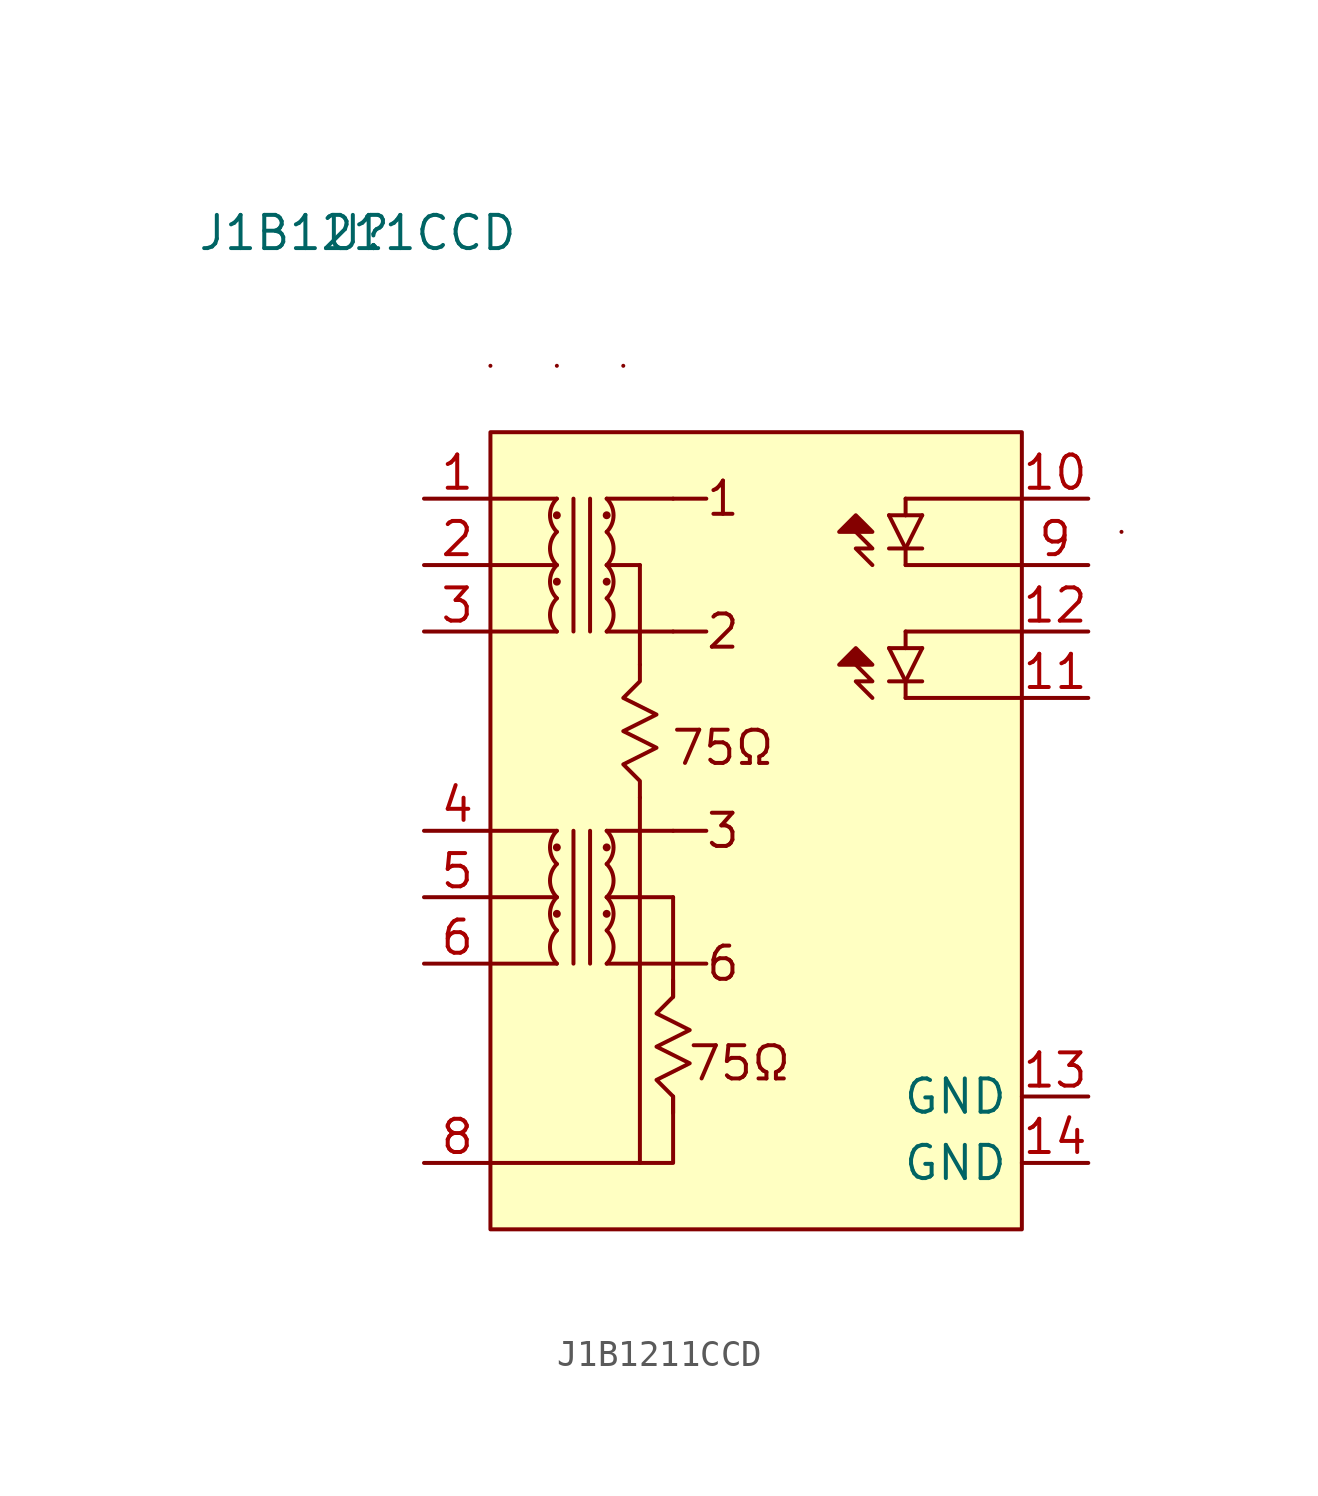
<source format=kicad_sym>
(kicad_symbol_lib
  (version 20211014)
  (generator kicad_symbol_editor)
  (symbol "J1B1211CCD"
    (property "Reference" "U"
      (at -2.54 10.16 0)
      (effects (font (size 1.27 1.27))))
    (property "Value" "J1B1211CCD"
      (at -2.54 10.16 0)
      (effects (font (size 1.27 1.27))))
    (symbol "J1B1211CCD_0_0"
      (polyline (pts (xy 2.54 5.08) (xy 2.54 5.08)) (stroke (width 0) (type default) (color 0 0 0 0)) (fill (type none)))
      (polyline (pts (xy 5.08 5.08) (xy 5.08 5.08)) (stroke (width 0) (type default) (color 0 0 0 0)) (fill (type none)))
      (polyline (pts (xy 7.62 5.08) (xy 7.62 5.08)) (stroke (width 0) (type default) (color 0 0 0 0)) (fill (type none)))
      (polyline (pts (xy 8.255 -11.43) (xy 8.255 -25.4)) (stroke (width 0) (type default) (color 0 0 0 0)) (fill (type none)))
      (polyline (pts (xy 8.255 -2.54) (xy 8.255 -6.35)) (stroke (width 0) (type default) (color 0 0 0 0)) (fill (type none)))
      (polyline (pts (xy 9.525 -19.05) (xy 9.525 -15.24)) (stroke (width 0) (type default) (color 0 0 0 0)) (fill (type none)))
      (polyline (pts (xy 18.415 -6.985) (xy 17.78 -5.715)) (stroke (width 0) (type default) (color 0 0 0 0)) (fill (type outline)))
      (polyline (pts (xy 18.415 -6.985) (xy 18.415 -7.62)) (stroke (width 0) (type default) (color 0 0 0 0)) (fill (type none)))
      (polyline (pts (xy 18.415 -5.715) (xy 17.78 -5.715)) (stroke (width 0) (type default) (color 0 0 0 0)) (fill (type none)))
      (polyline (pts (xy 18.415 -5.715) (xy 19.05 -5.715)) (stroke (width 0) (type default) (color 0 0 0 0)) (fill (type none)))
      (polyline (pts (xy 18.415 -5.08) (xy 18.415 -5.715)) (stroke (width 0) (type default) (color 0 0 0 0)) (fill (type none)))
      (polyline (pts (xy 18.415 -1.905) (xy 17.78 -0.635)) (stroke (width 0) (type default) (color 0 0 0 0)) (fill (type outline)))
      (polyline (pts (xy 18.415 -1.905) (xy 18.415 -2.54)) (stroke (width 0) (type default) (color 0 0 0 0)) (fill (type none)))
      (polyline (pts (xy 18.415 -0.635) (xy 17.78 -0.635)) (stroke (width 0) (type default) (color 0 0 0 0)) (fill (type none)))
      (polyline (pts (xy 18.415 -0.635) (xy 19.05 -0.635)) (stroke (width 0) (type default) (color 0 0 0 0)) (fill (type none)))
      (polyline (pts (xy 18.415 0) (xy 18.415 -0.635)) (stroke (width 0) (type default) (color 0 0 0 0)) (fill (type none)))
      (polyline (pts (xy 19.05 -6.985) (xy 17.78 -6.985)) (stroke (width 0) (type default) (color 0 0 0 0)) (fill (type none)))
      (polyline (pts (xy 19.05 -5.715) (xy 18.415 -6.985)) (stroke (width 0) (type default) (color 0 0 0 0)) (fill (type none)))
      (polyline (pts (xy 19.05 -1.905) (xy 17.78 -1.905)) (stroke (width 0) (type default) (color 0 0 0 0)) (fill (type none)))
      (polyline (pts (xy 19.05 -0.635) (xy 18.415 -1.905)) (stroke (width 0) (type default) (color 0 0 0 0)) (fill (type none)))
      (polyline (pts (xy 22.86 -7.62) (xy 18.415 -7.62)) (stroke (width 0) (type default) (color 0 0 0 0)) (fill (type none)))
      (polyline (pts (xy 22.86 -5.08) (xy 18.415 -5.08)) (stroke (width 0) (type default) (color 0 0 0 0)) (fill (type none)))
      (polyline (pts (xy 22.86 -2.54) (xy 18.415 -2.54)) (stroke (width 0) (type default) (color 0 0 0 0)) (fill (type none)))
      (polyline (pts (xy 22.86 0) (xy 18.415 0)) (stroke (width 0) (type default) (color 0 0 0 0)) (fill (type none)))
      (polyline (pts (xy 26.67 -1.27) (xy 26.67 -1.27)) (stroke (width 0) (type default) (color 0 0 0 0)) (fill (type none)))
      (polyline (pts (xy 2.54 -25.4) (xy 9.525 -25.4) (xy 9.525 -22.86)) (stroke (width 0) (type default) (color 0 0 0 0)) (fill (type none)))
      (polyline (pts (xy 17.145 -7.62) (xy 16.51 -6.985) (xy 17.145 -6.985) (xy 16.51 -6.35)) (stroke (width 0) (type default) (color 0 0 0 0)) (fill (type none)))
      (polyline (pts (xy 17.145 -2.54) (xy 16.51 -1.905) (xy 17.145 -1.905) (xy 16.51 -1.27)) (stroke (width 0) (type default) (color 0 0 0 0)) (fill (type none)))
      (polyline (pts (xy 16.51 -6.35) (xy 17.145 -6.35) (xy 16.51 -5.715) (xy 15.875 -6.35) (xy 16.51 -6.35)) (stroke (width 0) (type default) (color 0 0 0 0)) (fill (type outline)))
      (polyline (pts (xy 16.51 -1.27) (xy 17.145 -1.27) (xy 16.51 -0.635) (xy 15.875 -1.27) (xy 16.51 -1.27)) (stroke (width 0) (type default) (color 0 0 0 0)) (fill (type outline)))
      (polyline (pts (xy 8.255 -6.35) (xy 8.255 -6.985) (xy 7.62 -7.62) (xy 8.89 -8.255) (xy 7.62 -8.89) (xy 8.89 -9.525) (xy 7.62 -10.16) (xy 8.255 -10.795) (xy 8.255 -11.43)) (stroke (width 0) (type default) (color 0 0 0 0)) (fill (type none)))
      (polyline (pts (xy 9.525 -18.415) (xy 9.525 -19.05) (xy 8.89 -19.685) (xy 10.16 -20.32) (xy 8.89 -20.955) (xy 10.16 -21.59) (xy 8.89 -22.225) (xy 9.525 -22.86) (xy 9.525 -23.495)) (stroke (width 0) (type default) (color 0 0 0 0)) (fill (type none)))
      (rectangle (start 2.54 2.54) (end 22.86 -27.94) (stroke (width 0) (type default) (color 0 0 0 0)) (fill (type background)))
      (text "1" (at 11.43 0 0) (effects (font (size 1.27 1.27))))
      (text "2" (at 11.43 -5.08 0) (effects (font (size 1.27 1.27))))
      (text "3" (at 11.43 -12.7 0) (effects (font (size 1.27 1.27))))
      (text "6" (at 11.43 -17.78 0) (effects (font (size 1.27 1.27))))
      (text "75Ω" (at 11.43 -9.525 0) (effects (font (size 1.27 1.27))))
      (text "75Ω" (at 12.065 -21.59 0) (effects (font (size 1.27 1.27))))
      (pin input line (at 0 0 0) (length 2.54) (name "" (effects (font (size 1.27 1.27)))) (number "1" (effects (font (size 1.27 1.27)))))
      (pin input line (at 25.4 0 180) (length 2.54) (name "" (effects (font (size 1.27 1.27)))) (number "10" (effects (font (size 1.27 1.27)))))
      (pin output line (at 25.4 -7.62 180) (length 2.54) (name "" (effects (font (size 1.27 1.27)))) (number "11" (effects (font (size 1.27 1.27)))))
      (pin input line (at 25.4 -5.08 180) (length 2.54) (name "" (effects (font (size 1.27 1.27)))) (number "12" (effects (font (size 1.27 1.27)))))
      (pin power_in line (at 25.4 -22.86 180) (length 2.54) (name "GND" (effects (font (size 1.27 1.27)))) (number "13" (effects (font (size 1.27 1.27)))))
      (pin power_in line (at 25.4 -25.4 180) (length 2.54) (name "GND" (effects (font (size 1.27 1.27)))) (number "14" (effects (font (size 1.27 1.27)))))
      (pin input line (at 0 -2.54 0) (length 2.54) (name "" (effects (font (size 1.27 1.27)))) (number "2" (effects (font (size 1.27 1.27)))))
      (pin input line (at 0 -5.08 0) (length 2.54) (name "" (effects (font (size 1.27 1.27)))) (number "3" (effects (font (size 1.27 1.27)))))
      (pin input line (at 0 -12.7 0) (length 2.54) (name "" (effects (font (size 1.27 1.27)))) (number "4" (effects (font (size 1.27 1.27)))))
      (pin input line (at 0 -15.24 0) (length 2.54) (name "" (effects (font (size 1.27 1.27)))) (number "5" (effects (font (size 1.27 1.27)))))
      (pin input line (at 0 -17.78 0) (length 2.54) (name "" (effects (font (size 1.27 1.27)))) (number "6" (effects (font (size 1.27 1.27)))))
      (pin power_in line (at 0 -25.4 0) (length 2.54) (name "" (effects (font (size 1.27 1.27)))) (number "8" (effects (font (size 1.27 1.27)))))
      (pin output line (at 25.4 -2.54 180) (length 2.54) (name "" (effects (font (size 1.27 1.27)))) (number "9" (effects (font (size 1.27 1.27))))))
    (symbol "J1B1211CCD_0_1"
      (polyline (pts (xy 2.54 -17.78) (xy 5.08 -17.78)) (stroke (width 0) (type default) (color 0 0 0 0)) (fill (type none)))
      (polyline (pts (xy 2.54 -5.08) (xy 5.08 -5.08)) (stroke (width 0) (type default) (color 0 0 0 0)) (fill (type none)))
      (polyline (pts (xy 5.08 -15.24) (xy 2.54 -15.24)) (stroke (width 0) (type default) (color 0 0 0 0)) (fill (type none)))
      (polyline (pts (xy 5.08 -12.7) (xy 2.54 -12.7)) (stroke (width 0) (type default) (color 0 0 0 0)) (fill (type none)))
      (polyline (pts (xy 5.08 -2.54) (xy 2.54 -2.54)) (stroke (width 0) (type default) (color 0 0 0 0)) (fill (type none)))
      (polyline (pts (xy 5.08 0) (xy 2.54 0)) (stroke (width 0) (type default) (color 0 0 0 0)) (fill (type none)))
      (polyline (pts (xy 5.715 -12.7) (xy 5.715 -17.78)) (stroke (width 0) (type default) (color 0 0 0 0)) (fill (type none)))
      (polyline (pts (xy 5.715 0) (xy 5.715 -5.08)) (stroke (width 0) (type default) (color 0 0 0 0)) (fill (type none)))
      (polyline (pts (xy 6.35 -12.7) (xy 6.35 -17.78)) (stroke (width 0) (type default) (color 0 0 0 0)) (fill (type none)))
      (polyline (pts (xy 6.35 0) (xy 6.35 -5.08)) (stroke (width 0) (type default) (color 0 0 0 0)) (fill (type none)))
      (polyline (pts (xy 8.255 -2.54) (xy 6.985 -2.54)) (stroke (width 0) (type default) (color 0 0 0 0)) (fill (type none)))
      (polyline (pts (xy 9.525 -17.78) (xy 6.985 -17.78)) (stroke (width 0) (type default) (color 0 0 0 0)) (fill (type none)))
      (polyline (pts (xy 9.525 -15.24) (xy 6.985 -15.24)) (stroke (width 0) (type default) (color 0 0 0 0)) (fill (type none)))
      (polyline (pts (xy 9.525 -12.7) (xy 6.985 -12.7)) (stroke (width 0) (type default) (color 0 0 0 0)) (fill (type none)))
      (polyline (pts (xy 9.525 -5.08) (xy 6.985 -5.08)) (stroke (width 0) (type default) (color 0 0 0 0)) (fill (type none)))
      (polyline (pts (xy 9.525 0) (xy 6.985 0)) (stroke (width 0) (type default) (color 0 0 0 0)) (fill (type none)))
      (polyline (pts (xy 10.795 -17.78) (xy 9.525 -17.78)) (stroke (width 0) (type default) (color 0 0 0 0)) (fill (type none)))
      (polyline (pts (xy 10.795 -12.7) (xy 9.525 -12.7)) (stroke (width 0) (type default) (color 0 0 0 0)) (fill (type none)))
      (polyline (pts (xy 10.795 -5.08) (xy 9.525 -5.08)) (stroke (width 0) (type default) (color 0 0 0 0)) (fill (type none)))
      (polyline (pts (xy 10.795 0) (xy 9.525 0)) (stroke (width 0) (type default) (color 0 0 0 0)) (fill (type none)))
      (arc (start 5.08 -16.51) (mid 3.547 -17.145) (end 5.08 -17.78) (stroke (width 0) (type default) (color 0 0 0 0)) (fill (type none)))
      (circle (center 5.08 -15.875) (radius 0.0001) (stroke (width 0) (type default) (color 0 0 0 0)) (fill (type none)))
      (arc (start 5.08 -15.24) (mid 3.547 -15.875) (end 5.08 -16.51) (stroke (width 0) (type default) (color 0 0 0 0)) (fill (type none)))
      (arc (start 5.08 -13.97) (mid 3.547 -14.605) (end 5.08 -15.24) (stroke (width 0) (type default) (color 0 0 0 0)) (fill (type none)))
      (circle (center 5.08 -13.335) (radius 0.0001) (stroke (width 0) (type default) (color 0 0 0 0)) (fill (type none)))
      (arc (start 5.08 -12.7) (mid 3.547 -13.335) (end 5.08 -13.97) (stroke (width 0) (type default) (color 0 0 0 0)) (fill (type none)))
      (arc (start 5.08 -3.81) (mid 3.547 -4.445) (end 5.08 -5.08) (stroke (width 0) (type default) (color 0 0 0 0)) (fill (type none)))
      (circle (center 5.08 -3.175) (radius 0.0001) (stroke (width 0) (type default) (color 0 0 0 0)) (fill (type none)))
      (arc (start 5.08 -2.54) (mid 3.547 -3.175) (end 5.08 -3.81) (stroke (width 0) (type default) (color 0 0 0 0)) (fill (type none)))
      (arc (start 5.08 -1.27) (mid 3.547 -1.905) (end 5.08 -2.54) (stroke (width 0) (type default) (color 0 0 0 0)) (fill (type none)))
      (circle (center 5.08 -0.635) (radius 0.0001) (stroke (width 0) (type default) (color 0 0 0 0)) (fill (type none)))
      (arc (start 5.08 0) (mid 3.547 -0.635) (end 5.08 -1.27) (stroke (width 0) (type default) (color 0 0 0 0)) (fill (type none)))
      (arc (start 6.985 -17.78) (mid 8.518 -17.145) (end 6.985 -16.51) (stroke (width 0) (type default) (color 0 0 0 0)) (fill (type none)))
      (arc (start 6.985 -16.51) (mid 8.518 -15.875) (end 6.985 -15.24) (stroke (width 0) (type default) (color 0 0 0 0)) (fill (type none)))
      (circle (center 6.985 -15.875) (radius 0.0001) (stroke (width 0) (type default) (color 0 0 0 0)) (fill (type none)))
      (arc (start 6.985 -15.24) (mid 8.518 -14.605) (end 6.985 -13.97) (stroke (width 0) (type default) (color 0 0 0 0)) (fill (type none)))
      (arc (start 6.985 -13.97) (mid 8.518 -13.335) (end 6.985 -12.7) (stroke (width 0) (type default) (color 0 0 0 0)) (fill (type none)))
      (circle (center 6.985 -13.335) (radius 0.0001) (stroke (width 0) (type default) (color 0 0 0 0)) (fill (type none)))
      (arc (start 6.985 -5.08) (mid 8.518 -4.445) (end 6.985 -3.81) (stroke (width 0) (type default) (color 0 0 0 0)) (fill (type none)))
      (arc (start 6.985 -3.81) (mid 8.518 -3.175) (end 6.985 -2.54) (stroke (width 0) (type default) (color 0 0 0 0)) (fill (type none)))
      (circle (center 6.985 -3.175) (radius 0.0001) (stroke (width 0) (type default) (color 0 0 0 0)) (fill (type none)))
      (arc (start 6.985 -2.54) (mid 8.518 -1.905) (end 6.985 -1.27) (stroke (width 0) (type default) (color 0 0 0 0)) (fill (type none)))
      (arc (start 6.985 -1.27) (mid 8.518 -0.635) (end 6.985 0) (stroke (width 0) (type default) (color 0 0 0 0)) (fill (type none)))
      (circle (center 6.985 -0.635) (radius 0.0001) (stroke (width 0) (type default) (color 0 0 0 0)) (fill (type none))))))
</source>
